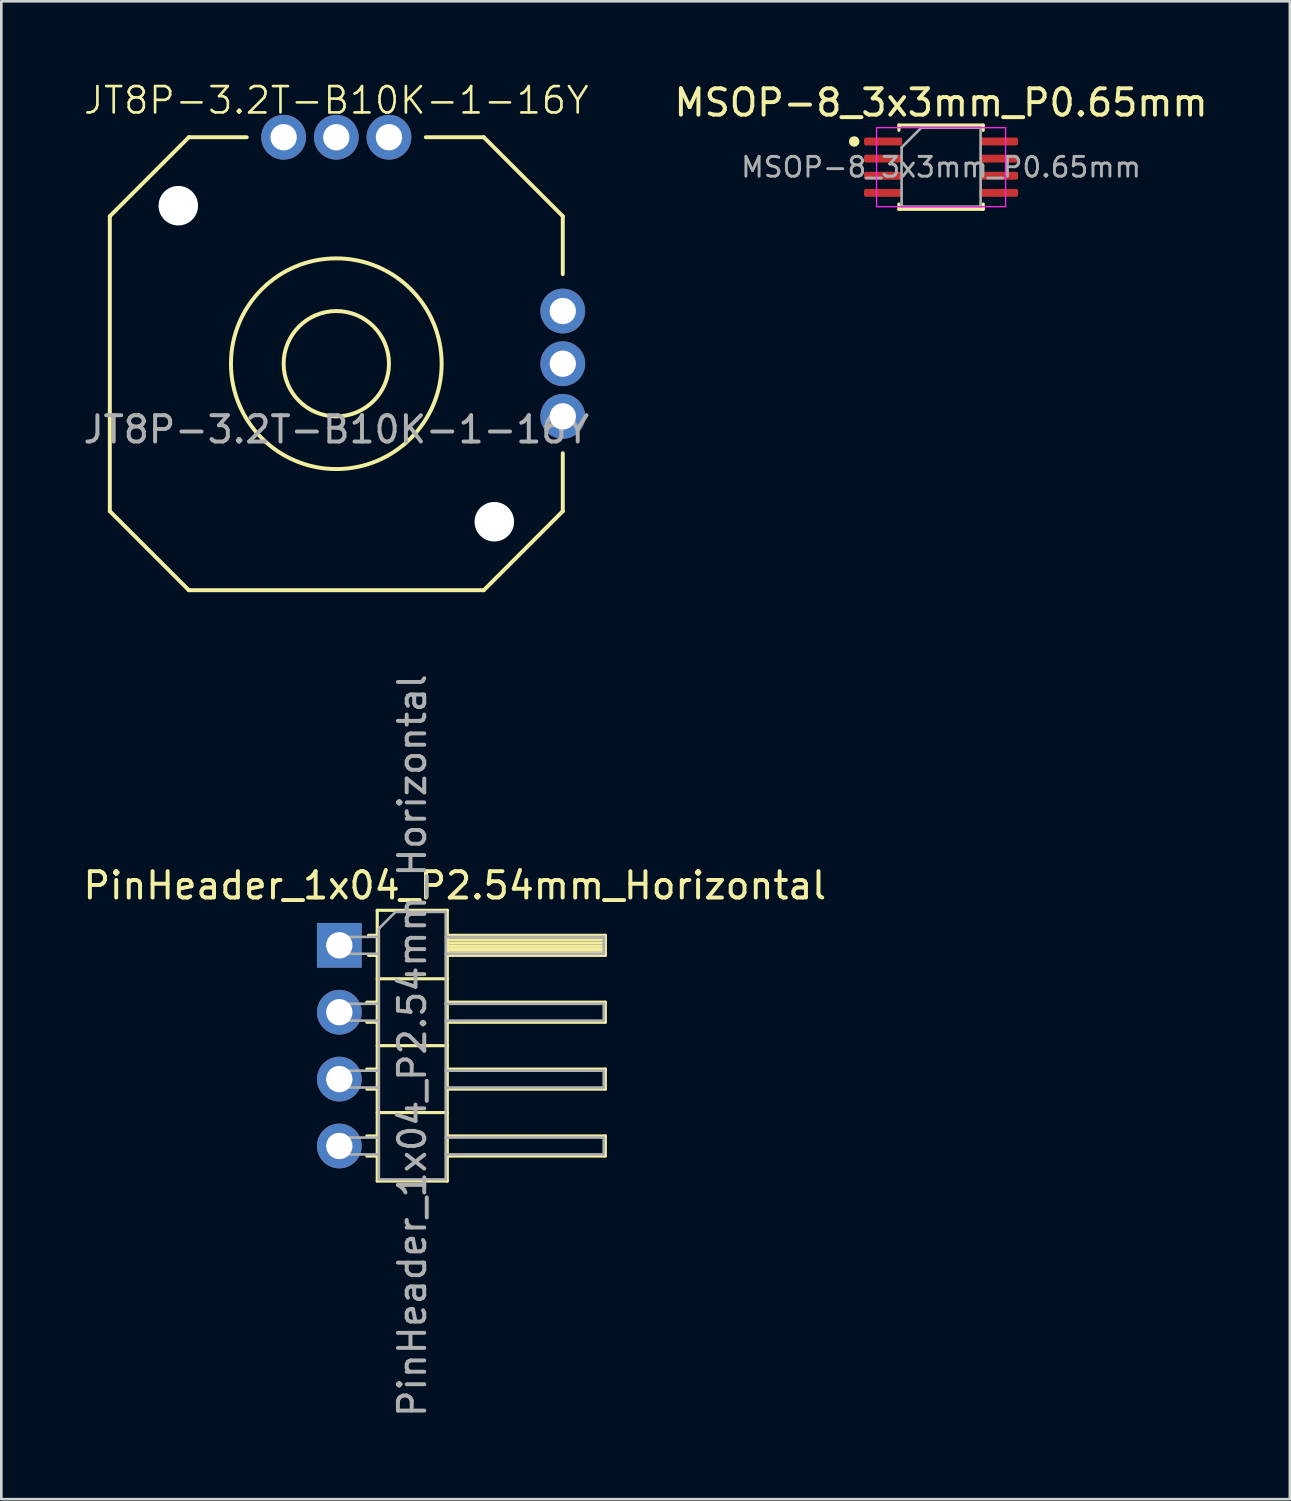
<source format=kicad_pcb>
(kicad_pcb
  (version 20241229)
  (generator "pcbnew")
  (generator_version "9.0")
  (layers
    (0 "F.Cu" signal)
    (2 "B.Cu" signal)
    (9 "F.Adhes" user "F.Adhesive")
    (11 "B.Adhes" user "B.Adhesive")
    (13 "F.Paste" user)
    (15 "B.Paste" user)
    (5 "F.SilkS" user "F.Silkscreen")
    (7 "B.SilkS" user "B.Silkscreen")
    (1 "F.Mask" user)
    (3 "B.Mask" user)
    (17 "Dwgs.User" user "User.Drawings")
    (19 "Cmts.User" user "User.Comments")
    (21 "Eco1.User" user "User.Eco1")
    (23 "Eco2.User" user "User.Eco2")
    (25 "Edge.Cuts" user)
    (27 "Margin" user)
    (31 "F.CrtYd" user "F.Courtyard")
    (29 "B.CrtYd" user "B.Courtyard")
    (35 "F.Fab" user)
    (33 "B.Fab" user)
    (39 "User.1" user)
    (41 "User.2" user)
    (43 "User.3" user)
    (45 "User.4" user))
  (footprint "JT8P-3.2T-B10K-1-16Y"
    (layer "F.Cu")
    (at 9.72 10.761)
    (property "Reference" "JT8P-3.2T-B10K-1-16Y" (at 0 -10 0) (unlocked yes) (layer "F.SilkS") (effects (font (size 1 1) (thickness 0.1))))
    (attr smd)
    (fp_line (start -8.6 -5.6) (end -5.6 -8.6) (stroke (width 0.15) (type solid)) (layer "F.SilkS"))
    (fp_line (start -8.6 5.6) (end -8.6 -5.6) (stroke (width 0.15) (type solid)) (layer "F.SilkS"))
    (fp_line (start -5.6 -8.6) (end -3.4 -8.6) (stroke (width 0.15) (type solid)) (layer "F.SilkS"))
    (fp_line (start -5.6 8.6) (end -8.6 5.6) (stroke (width 0.15) (type solid)) (layer "F.SilkS"))
    (fp_line (start -5.6 8.6) (end 5.6 8.6) (stroke (width 0.15) (type solid)) (layer "F.SilkS"))
    (fp_line (start 5.6 -8.6) (end 3.4 -8.6) (stroke (width 0.15) (type solid)) (layer "F.SilkS"))
    (fp_line (start 5.6 8.6) (end 8.6 5.6) (stroke (width 0.15) (type solid)) (layer "F.SilkS"))
    (fp_line (start 8.6 -5.6) (end 5.6 -8.6) (stroke (width 0.15) (type solid)) (layer "F.SilkS"))
    (fp_line (start 8.6 -5.6) (end 8.6 -3.4) (stroke (width 0.15) (type solid)) (layer "F.SilkS"))
    (fp_line (start 8.6 5.6) (end 8.6 3.4) (stroke (width 0.15) (type solid)) (layer "F.SilkS"))
    (fp_circle (center 0 0) (end 0 2) (stroke (width 0.15) (type solid)) (fill no) (layer "F.SilkS"))
    (fp_circle (center 0 0) (end 0 4) (stroke (width 0.15) (type solid)) (fill no) (layer "F.SilkS"))
    (fp_text user "${REFERENCE}" (at 0 2.5 0) (unlocked yes) (layer "F.Fab") (effects (font (size 1 1) (thickness 0.15))))
    (pad "" np_thru_hole circle (at -6 -6) (size 1.5 1.5) (drill 1.5) (layers "*.Cu" "*.Mask"))
    (pad "" np_thru_hole circle (at 6 6) (size 1.5 1.5) (drill 1.5) (layers "*.Cu" "*.Mask"))
    (pad "1" thru_hole circle (at 2 -8.6) (size 1.7 1.7) (drill 1) (layers "*.Cu" "*.Mask"))
    (pad "2" thru_hole circle (at 0 -8.6) (size 1.7 1.7) (drill 1) (layers "*.Cu" "*.Mask"))
    (pad "3" thru_hole circle (at -2 -8.6) (size 1.7 1.7) (drill 1) (layers "*.Cu" "*.Mask"))
    (pad "4" thru_hole circle (at 8.6 2) (size 1.7 1.7) (drill 1) (layers "*.Cu" "*.Mask"))
    (pad "5" thru_hole circle (at 8.6 0) (size 1.7 1.7) (drill 1) (layers "*.Cu" "*.Mask"))
    (pad "6" thru_hole circle (at 8.6 -2) (size 1.7 1.7) (drill 1) (layers "*.Cu" "*.Mask")))
  (footprint "MSOP-8_3x3mm_P0.65mm"
    (layer "F.Cu")
    (at 32.685 3.298)
    (property "Reference" "MSOP-8_3x3mm_P0.65mm" (at 0 -2.45 0) (layer "F.SilkS") (effects (font (size 1 1) (thickness 0.15))))
    (attr smd)
    (fp_line (start -1.6 -1.6) (end -1.6 -1.4) (stroke (width 0.12) (type solid)) (layer "F.SilkS"))
    (fp_line (start -1.6 1.4) (end -1.6 1.6) (stroke (width 0.12) (type solid)) (layer "F.SilkS"))
    (fp_line (start 1.6 -1.6) (end -1.6 -1.6) (stroke (width 0.12) (type solid)) (layer "F.SilkS"))
    (fp_line (start 1.6 -1.6) (end 1.6 -1.4) (stroke (width 0.12) (type solid)) (layer "F.SilkS"))
    (fp_line (start 1.6 1.4) (end 1.6 1.6) (stroke (width 0.12) (type solid)) (layer "F.SilkS"))
    (fp_line (start 1.6 1.6) (end -1.6 1.6) (stroke (width 0.12) (type solid)) (layer "F.SilkS"))
    (fp_circle (center -3.3 -0.975) (end -3.2 -0.975) (stroke (width 0.2) (type default)) (fill no) (layer "F.SilkS"))
    (fp_line (start -2.45 -1.5) (end -2.45 1.5) (stroke (width 0.05) (type solid)) (layer "F.CrtYd"))
    (fp_line (start -2.45 1.5) (end 2.45 1.5) (stroke (width 0.05) (type solid)) (layer "F.CrtYd"))
    (fp_line (start 2.45 -1.5) (end -2.45 -1.5) (stroke (width 0.05) (type solid)) (layer "F.CrtYd"))
    (fp_line (start 2.45 1.5) (end 2.45 -1.5) (stroke (width 0.05) (type solid)) (layer "F.CrtYd"))
    (fp_line (start -1.5 -0.75) (end -0.75 -1.5) (stroke (width 0.1) (type solid)) (layer "F.Fab"))
    (fp_line (start -1.5 1.5) (end -1.5 -0.75) (stroke (width 0.1) (type solid)) (layer "F.Fab"))
    (fp_line (start -0.75 -1.5) (end 1.5 -1.5) (stroke (width 0.1) (type solid)) (layer "F.Fab"))
    (fp_line (start 1.5 -1.5) (end 1.5 1.5) (stroke (width 0.1) (type solid)) (layer "F.Fab"))
    (fp_line (start 1.5 1.5) (end -1.5 1.5) (stroke (width 0.1) (type solid)) (layer "F.Fab"))
    (fp_text user "${REFERENCE}" (at 0 0 0) (layer "F.Fab") (effects (font (size 0.75 0.75) (thickness 0.11))))
    (pad "1" smd roundrect (at -2.2 -0.975) (size 1.45 0.3) (layers "F.Cu" "F.Mask" "F.Paste") (roundrect_rratio 0.25))
    (pad "2" smd roundrect (at -2.2 -0.325) (size 1.45 0.3) (layers "F.Cu" "F.Mask" "F.Paste") (roundrect_rratio 0.25))
    (pad "3" smd roundrect (at -2.2 0.325) (size 1.45 0.3) (layers "F.Cu" "F.Mask" "F.Paste") (roundrect_rratio 0.25))
    (pad "4" smd roundrect (at -2.2 0.975) (size 1.45 0.3) (layers "F.Cu" "F.Mask" "F.Paste") (roundrect_rratio 0.25))
    (pad "5" smd roundrect (at 2.2 0.975) (size 1.45 0.3) (layers "F.Cu" "F.Mask" "F.Paste") (roundrect_rratio 0.25))
    (pad "6" smd roundrect (at 2.2 0.325) (size 1.45 0.3) (layers "F.Cu" "F.Mask" "F.Paste") (roundrect_rratio 0.25))
    (pad "7" smd roundrect (at 2.2 -0.325) (size 1.45 0.3) (layers "F.Cu" "F.Mask" "F.Paste") (roundrect_rratio 0.25))
    (pad "8" smd roundrect (at 2.2 -0.975) (size 1.45 0.3) (layers "F.Cu" "F.Mask" "F.Paste") (roundrect_rratio 0.25)))
  (footprint "PinHeader_1x04_P2.54mm_Horizontal"
    (layer "F.Cu")
    (at 9.835 32.846)
    (property "Reference" "PinHeader_1x04_P2.54mm_Horizontal" (at 4.385 -2.27 0) (layer "F.SilkS") (effects (font (size 1 1) (thickness 0.15))))
    (attr through_hole)
    (fp_line (start 1.043 2.16) (end 1.44 2.16) (stroke (width 0.12) (type solid)) (layer "F.SilkS"))
    (fp_line (start 1.043 2.92) (end 1.44 2.92) (stroke (width 0.12) (type solid)) (layer "F.SilkS"))
    (fp_line (start 1.043 4.7) (end 1.44 4.7) (stroke (width 0.12) (type solid)) (layer "F.SilkS"))
    (fp_line (start 1.043 5.46) (end 1.44 5.46) (stroke (width 0.12) (type solid)) (layer "F.SilkS"))
    (fp_line (start 1.043 7.24) (end 1.44 7.24) (stroke (width 0.12) (type solid)) (layer "F.SilkS"))
    (fp_line (start 1.043 8) (end 1.44 8) (stroke (width 0.12) (type solid)) (layer "F.SilkS"))
    (fp_line (start 1.11 -0.38) (end 1.44 -0.38) (stroke (width 0.12) (type solid)) (layer "F.SilkS"))
    (fp_line (start 1.11 0.38) (end 1.44 0.38) (stroke (width 0.12) (type solid)) (layer "F.SilkS"))
    (fp_line (start 1.44 -1.33) (end 1.44 8.95) (stroke (width 0.12) (type solid)) (layer "F.SilkS"))
    (fp_line (start 1.44 1.27) (end 4.1 1.27) (stroke (width 0.12) (type solid)) (layer "F.SilkS"))
    (fp_line (start 1.44 3.81) (end 4.1 3.81) (stroke (width 0.12) (type solid)) (layer "F.SilkS"))
    (fp_line (start 1.44 6.35) (end 4.1 6.35) (stroke (width 0.12) (type solid)) (layer "F.SilkS"))
    (fp_line (start 1.44 8.95) (end 4.1 8.95) (stroke (width 0.12) (type solid)) (layer "F.SilkS"))
    (fp_line (start 4.1 -1.33) (end 1.44 -1.33) (stroke (width 0.12) (type solid)) (layer "F.SilkS"))
    (fp_line (start 4.1 -0.38) (end 10.1 -0.38) (stroke (width 0.12) (type solid)) (layer "F.SilkS"))
    (fp_line (start 4.1 -0.32) (end 10.1 -0.32) (stroke (width 0.12) (type solid)) (layer "F.SilkS"))
    (fp_line (start 4.1 -0.2) (end 10.1 -0.2) (stroke (width 0.12) (type solid)) (layer "F.SilkS"))
    (fp_line (start 4.1 -0.08) (end 10.1 -0.08) (stroke (width 0.12) (type solid)) (layer "F.SilkS"))
    (fp_line (start 4.1 0.04) (end 10.1 0.04) (stroke (width 0.12) (type solid)) (layer "F.SilkS"))
    (fp_line (start 4.1 0.16) (end 10.1 0.16) (stroke (width 0.12) (type solid)) (layer "F.SilkS"))
    (fp_line (start 4.1 0.28) (end 10.1 0.28) (stroke (width 0.12) (type solid)) (layer "F.SilkS"))
    (fp_line (start 4.1 2.16) (end 10.1 2.16) (stroke (width 0.12) (type solid)) (layer "F.SilkS"))
    (fp_line (start 4.1 4.7) (end 10.1 4.7) (stroke (width 0.12) (type solid)) (layer "F.SilkS"))
    (fp_line (start 4.1 7.24) (end 10.1 7.24) (stroke (width 0.12) (type solid)) (layer "F.SilkS"))
    (fp_line (start 4.1 8.95) (end 4.1 -1.33) (stroke (width 0.12) (type solid)) (layer "F.SilkS"))
    (fp_line (start 10.1 -0.38) (end 10.1 0.38) (stroke (width 0.12) (type solid)) (layer "F.SilkS"))
    (fp_line (start 10.1 0.38) (end 4.1 0.38) (stroke (width 0.12) (type solid)) (layer "F.SilkS"))
    (fp_line (start 10.1 2.16) (end 10.1 2.92) (stroke (width 0.12) (type solid)) (layer "F.SilkS"))
    (fp_line (start 10.1 2.92) (end 4.1 2.92) (stroke (width 0.12) (type solid)) (layer "F.SilkS"))
    (fp_line (start 10.1 4.7) (end 10.1 5.46) (stroke (width 0.12) (type solid)) (layer "F.SilkS"))
    (fp_line (start 10.1 5.46) (end 4.1 5.46) (stroke (width 0.12) (type solid)) (layer "F.SilkS"))
    (fp_line (start 10.1 7.24) (end 10.1 8) (stroke (width 0.12) (type solid)) (layer "F.SilkS"))
    (fp_line (start 10.1 8) (end 4.1 8) (stroke (width 0.12) (type solid)) (layer "F.SilkS"))
    (fp_line (start -0.32 -0.32) (end -0.32 0.32) (stroke (width 0.1) (type solid)) (layer "F.Fab"))
    (fp_line (start -0.32 -0.32) (end 1.5 -0.32) (stroke (width 0.1) (type solid)) (layer "F.Fab"))
    (fp_line (start -0.32 0.32) (end 1.5 0.32) (stroke (width 0.1) (type solid)) (layer "F.Fab"))
    (fp_line (start -0.32 2.22) (end -0.32 2.86) (stroke (width 0.1) (type solid)) (layer "F.Fab"))
    (fp_line (start -0.32 2.22) (end 1.5 2.22) (stroke (width 0.1) (type solid)) (layer "F.Fab"))
    (fp_line (start -0.32 2.86) (end 1.5 2.86) (stroke (width 0.1) (type solid)) (layer "F.Fab"))
    (fp_line (start -0.32 4.76) (end -0.32 5.4) (stroke (width 0.1) (type solid)) (layer "F.Fab"))
    (fp_line (start -0.32 4.76) (end 1.5 4.76) (stroke (width 0.1) (type solid)) (layer "F.Fab"))
    (fp_line (start -0.32 5.4) (end 1.5 5.4) (stroke (width 0.1) (type solid)) (layer "F.Fab"))
    (fp_line (start -0.32 7.3) (end -0.32 7.94) (stroke (width 0.1) (type solid)) (layer "F.Fab"))
    (fp_line (start -0.32 7.3) (end 1.5 7.3) (stroke (width 0.1) (type solid)) (layer "F.Fab"))
    (fp_line (start -0.32 7.94) (end 1.5 7.94) (stroke (width 0.1) (type solid)) (layer "F.Fab"))
    (fp_line (start 1.5 -0.635) (end 2.135 -1.27) (stroke (width 0.1) (type solid)) (layer "F.Fab"))
    (fp_line (start 1.5 8.89) (end 1.5 -0.635) (stroke (width 0.1) (type solid)) (layer "F.Fab"))
    (fp_line (start 2.135 -1.27) (end 4.04 -1.27) (stroke (width 0.1) (type solid)) (layer "F.Fab"))
    (fp_line (start 4.04 -1.27) (end 4.04 8.89) (stroke (width 0.1) (type solid)) (layer "F.Fab"))
    (fp_line (start 4.04 -0.32) (end 10.04 -0.32) (stroke (width 0.1) (type solid)) (layer "F.Fab"))
    (fp_line (start 4.04 0.32) (end 10.04 0.32) (stroke (width 0.1) (type solid)) (layer "F.Fab"))
    (fp_line (start 4.04 2.22) (end 10.04 2.22) (stroke (width 0.1) (type solid)) (layer "F.Fab"))
    (fp_line (start 4.04 2.86) (end 10.04 2.86) (stroke (width 0.1) (type solid)) (layer "F.Fab"))
    (fp_line (start 4.04 4.76) (end 10.04 4.76) (stroke (width 0.1) (type solid)) (layer "F.Fab"))
    (fp_line (start 4.04 5.4) (end 10.04 5.4) (stroke (width 0.1) (type solid)) (layer "F.Fab"))
    (fp_line (start 4.04 7.3) (end 10.04 7.3) (stroke (width 0.1) (type solid)) (layer "F.Fab"))
    (fp_line (start 4.04 7.94) (end 10.04 7.94) (stroke (width 0.1) (type solid)) (layer "F.Fab"))
    (fp_line (start 4.04 8.89) (end 1.5 8.89) (stroke (width 0.1) (type solid)) (layer "F.Fab"))
    (fp_line (start 10.04 -0.32) (end 10.04 0.32) (stroke (width 0.1) (type solid)) (layer "F.Fab"))
    (fp_line (start 10.04 2.22) (end 10.04 2.86) (stroke (width 0.1) (type solid)) (layer "F.Fab"))
    (fp_line (start 10.04 4.76) (end 10.04 5.4) (stroke (width 0.1) (type solid)) (layer "F.Fab"))
    (fp_line (start 10.04 7.3) (end 10.04 7.94) (stroke (width 0.1) (type solid)) (layer "F.Fab"))
    (fp_text user "${REFERENCE}" (at 2.77 3.81 90) (layer "F.Fab") (effects (font (size 1 1) (thickness 0.15))))
    (pad "1" thru_hole rect (at 0 0) (size 1.7 1.7) (drill 1) (layers "*.Cu" "*.Mask"))
    (pad "2" thru_hole oval (at 0 2.54) (size 1.7 1.7) (drill 1) (layers "*.Cu" "*.Mask"))
    (pad "3" thru_hole oval (at 0 5.08) (size 1.7 1.7) (drill 1) (layers "*.Cu" "*.Mask"))
    (pad "4" thru_hole oval (at 0 7.62) (size 1.7 1.7) (drill 1) (layers "*.Cu" "*.Mask")))
  (gr_rect
    (start -3 -3)
    (end 45.929 53.876)
    (stroke (width 0.1) (type default))
    (fill no)
    (layer "Edge.Cuts")))
</source>
